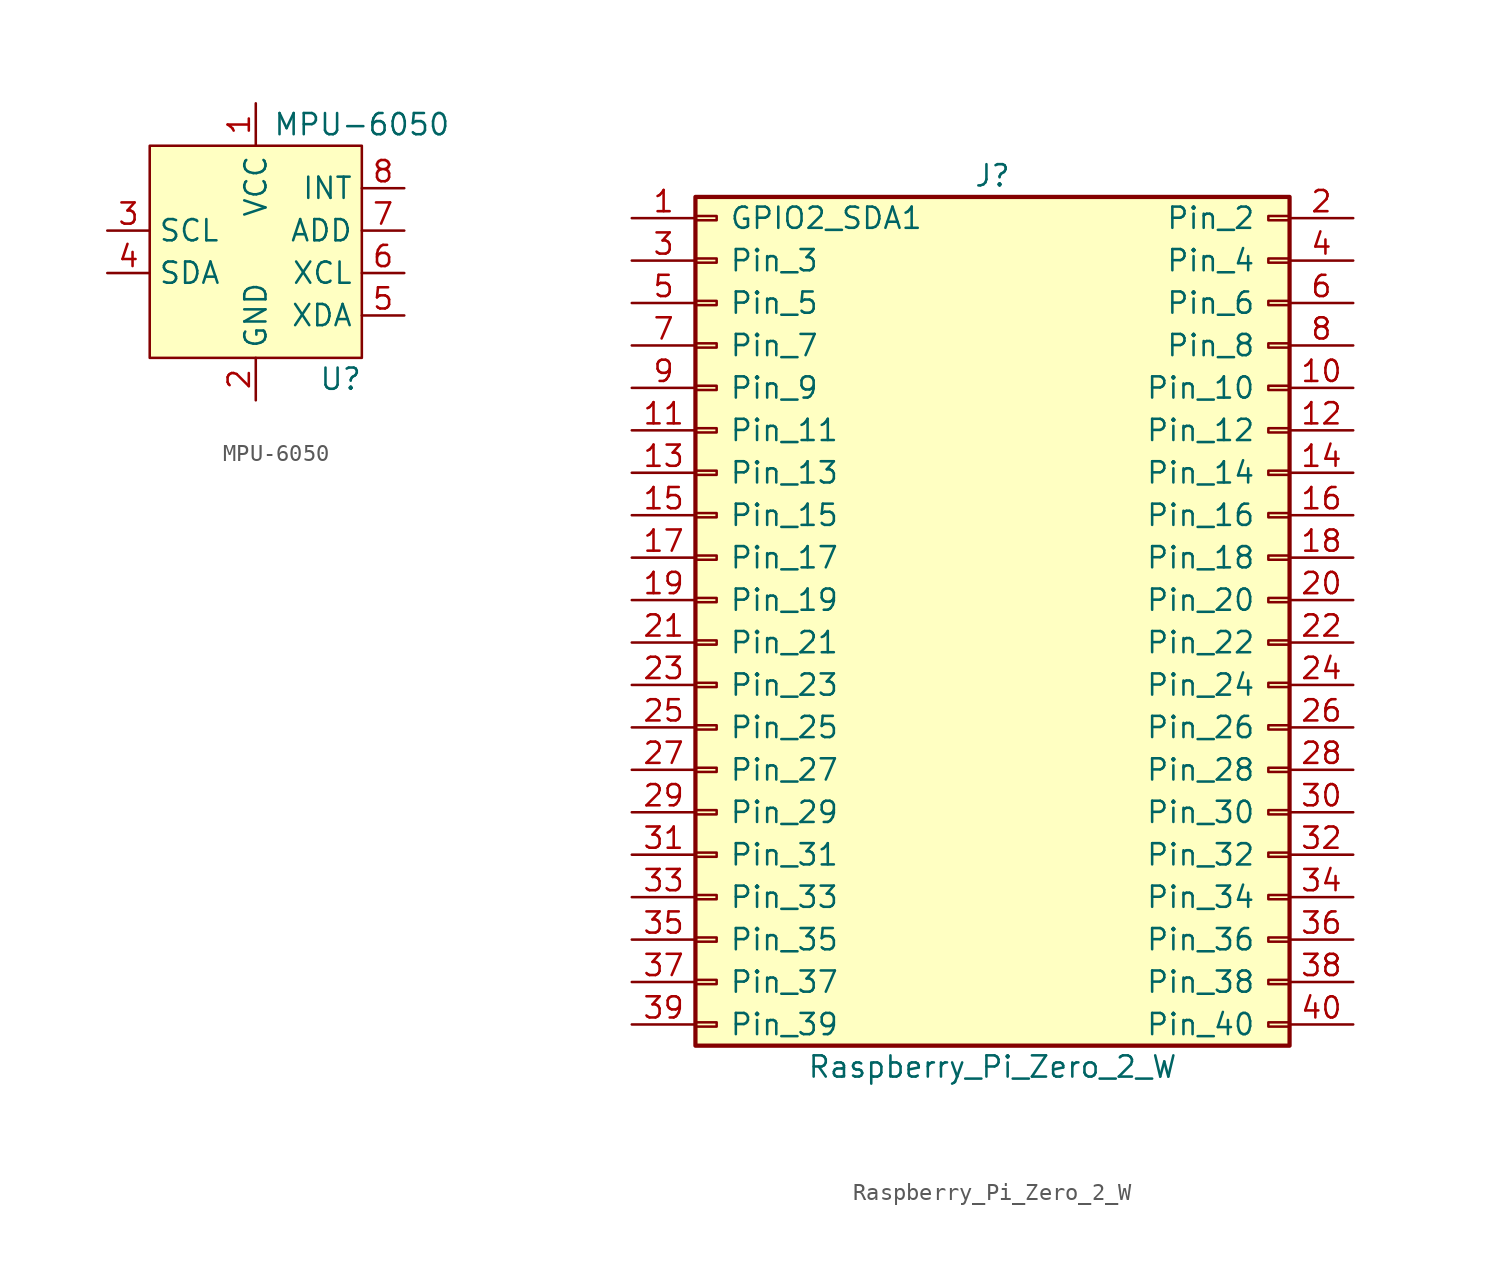
<source format=kicad_sym>
(kicad_symbol_lib
  (version 20211014)
  (generator kicad_symbol_editor)
  (symbol "MPU-6050"
    (property "Reference" "U"
      (at 5.08 -6.35 0)
      (effects (font (size 1.27 1.27))))
    (property "Value" "MPU-6050"
      (at 6.35 8.89 0)
      (effects (font (size 1.27 1.27))))
    (symbol "MPU-6050_0_1"
      (rectangle (start -6.35 7.62) (end 6.35 -5.08) (stroke (width 0) (type default) (color 0 0 0 0)) (fill (type background))))
    (symbol "MPU-6050_1_1"
      (pin power_in line (at 0 10.16 270) (length 2.54) (name "VCC" (effects (font (size 1.27 1.27)))) (number "1" (effects (font (size 1.27 1.27)))))
      (pin power_in line (at 0 -7.62 90) (length 2.54) (name "GND" (effects (font (size 1.27 1.27)))) (number "2" (effects (font (size 1.27 1.27)))))
      (pin bidirectional line (at -8.89 2.54 0) (length 2.54) (name "SCL" (effects (font (size 1.27 1.27)))) (number "3" (effects (font (size 1.27 1.27)))))
      (pin bidirectional line (at -8.89 0 0) (length 2.54) (name "SDA" (effects (font (size 1.27 1.27)))) (number "4" (effects (font (size 1.27 1.27)))))
      (pin bidirectional line (at 8.89 -2.54 180) (length 2.54) (name "XDA" (effects (font (size 1.27 1.27)))) (number "5" (effects (font (size 1.27 1.27)))))
      (pin bidirectional line (at 8.89 0 180) (length 2.54) (name "XCL" (effects (font (size 1.27 1.27)))) (number "6" (effects (font (size 1.27 1.27)))))
      (pin input line (at 8.89 2.54 180) (length 2.54) (name "ADD" (effects (font (size 1.27 1.27)))) (number "7" (effects (font (size 1.27 1.27)))))
      (pin input line (at 8.89 5.08 180) (length 2.54) (name "INT" (effects (font (size 1.27 1.27)))) (number "8" (effects (font (size 1.27 1.27)))))))
  (symbol "Raspberry_Pi_Zero_2_W"
    (pin_names
      (offset 2.016))
    (property "Reference" "J"
      (at 0 25.4 0)
      (effects (font (size 1.27 1.27))))
    (property "Value" "Raspberry_Pi_Zero_2_W"
      (at 0 -27.94 0)
      (effects (font (size 1.27 1.27))))
    (symbol "Raspberry_Pi_Zero_2_W_1_1"
      (rectangle (start -17.78 -25.273) (end -16.51 -25.527) (stroke (width 0.152) (type default) (color 0 0 0 0)) (fill (type none)))
      (rectangle (start -17.78 -22.733) (end -16.51 -22.987) (stroke (width 0.152) (type default) (color 0 0 0 0)) (fill (type none)))
      (rectangle (start -17.78 -20.193) (end -16.51 -20.447) (stroke (width 0.152) (type default) (color 0 0 0 0)) (fill (type none)))
      (rectangle (start -17.78 -17.653) (end -16.51 -17.907) (stroke (width 0.152) (type default) (color 0 0 0 0)) (fill (type none)))
      (rectangle (start -17.78 -15.113) (end -16.51 -15.367) (stroke (width 0.152) (type default) (color 0 0 0 0)) (fill (type none)))
      (rectangle (start -17.78 -12.573) (end -16.51 -12.827) (stroke (width 0.152) (type default) (color 0 0 0 0)) (fill (type none)))
      (rectangle (start -17.78 -10.033) (end -16.51 -10.287) (stroke (width 0.152) (type default) (color 0 0 0 0)) (fill (type none)))
      (rectangle (start -17.78 -7.493) (end -16.51 -7.747) (stroke (width 0.152) (type default) (color 0 0 0 0)) (fill (type none)))
      (rectangle (start -17.78 -4.953) (end -16.51 -5.207) (stroke (width 0.152) (type default) (color 0 0 0 0)) (fill (type none)))
      (rectangle (start -17.78 -2.413) (end -16.51 -2.667) (stroke (width 0.152) (type default) (color 0 0 0 0)) (fill (type none)))
      (rectangle (start -17.78 0.127) (end -16.51 -0.127) (stroke (width 0.152) (type default) (color 0 0 0 0)) (fill (type none)))
      (rectangle (start -17.78 2.667) (end -16.51 2.413) (stroke (width 0.152) (type default) (color 0 0 0 0)) (fill (type none)))
      (rectangle (start -17.78 5.207) (end -16.51 4.953) (stroke (width 0.152) (type default) (color 0 0 0 0)) (fill (type none)))
      (rectangle (start -17.78 7.747) (end -16.51 7.493) (stroke (width 0.152) (type default) (color 0 0 0 0)) (fill (type none)))
      (rectangle (start -17.78 10.287) (end -16.51 10.033) (stroke (width 0.152) (type default) (color 0 0 0 0)) (fill (type none)))
      (rectangle (start -17.78 12.827) (end -16.51 12.573) (stroke (width 0.152) (type default) (color 0 0 0 0)) (fill (type none)))
      (rectangle (start -17.78 15.367) (end -16.51 15.113) (stroke (width 0.152) (type default) (color 0 0 0 0)) (fill (type none)))
      (rectangle (start -17.78 17.907) (end -16.51 17.653) (stroke (width 0.152) (type default) (color 0 0 0 0)) (fill (type none)))
      (rectangle (start -17.78 20.447) (end -16.51 20.193) (stroke (width 0.152) (type default) (color 0 0 0 0)) (fill (type none)))
      (rectangle (start -17.78 22.987) (end -16.51 22.733) (stroke (width 0.152) (type default) (color 0 0 0 0)) (fill (type none)))
      (rectangle (start -17.78 24.13) (end 17.78 -26.67) (stroke (width 0.254) (type default) (color 0 0 0 0)) (fill (type background)))
      (rectangle (start 17.78 -25.273) (end 16.51 -25.527) (stroke (width 0.152) (type default) (color 0 0 0 0)) (fill (type none)))
      (rectangle (start 17.78 -22.733) (end 16.51 -22.987) (stroke (width 0.152) (type default) (color 0 0 0 0)) (fill (type none)))
      (rectangle (start 17.78 -20.193) (end 16.51 -20.447) (stroke (width 0.152) (type default) (color 0 0 0 0)) (fill (type none)))
      (rectangle (start 17.78 -17.653) (end 16.51 -17.907) (stroke (width 0.152) (type default) (color 0 0 0 0)) (fill (type none)))
      (rectangle (start 17.78 -15.113) (end 16.51 -15.367) (stroke (width 0.152) (type default) (color 0 0 0 0)) (fill (type none)))
      (rectangle (start 17.78 -12.573) (end 16.51 -12.827) (stroke (width 0.152) (type default) (color 0 0 0 0)) (fill (type none)))
      (rectangle (start 17.78 -10.033) (end 16.51 -10.287) (stroke (width 0.152) (type default) (color 0 0 0 0)) (fill (type none)))
      (rectangle (start 17.78 -7.493) (end 16.51 -7.747) (stroke (width 0.152) (type default) (color 0 0 0 0)) (fill (type none)))
      (rectangle (start 17.78 -4.953) (end 16.51 -5.207) (stroke (width 0.152) (type default) (color 0 0 0 0)) (fill (type none)))
      (rectangle (start 17.78 -2.413) (end 16.51 -2.667) (stroke (width 0.152) (type default) (color 0 0 0 0)) (fill (type none)))
      (rectangle (start 17.78 0.127) (end 16.51 -0.127) (stroke (width 0.152) (type default) (color 0 0 0 0)) (fill (type none)))
      (rectangle (start 17.78 2.667) (end 16.51 2.413) (stroke (width 0.152) (type default) (color 0 0 0 0)) (fill (type none)))
      (rectangle (start 17.78 5.207) (end 16.51 4.953) (stroke (width 0.152) (type default) (color 0 0 0 0)) (fill (type none)))
      (rectangle (start 17.78 7.747) (end 16.51 7.493) (stroke (width 0.152) (type default) (color 0 0 0 0)) (fill (type none)))
      (rectangle (start 17.78 10.287) (end 16.51 10.033) (stroke (width 0.152) (type default) (color 0 0 0 0)) (fill (type none)))
      (rectangle (start 17.78 12.827) (end 16.51 12.573) (stroke (width 0.152) (type default) (color 0 0 0 0)) (fill (type none)))
      (rectangle (start 17.78 15.367) (end 16.51 15.113) (stroke (width 0.152) (type default) (color 0 0 0 0)) (fill (type none)))
      (rectangle (start 17.78 17.907) (end 16.51 17.653) (stroke (width 0.152) (type default) (color 0 0 0 0)) (fill (type none)))
      (rectangle (start 17.78 20.447) (end 16.51 20.193) (stroke (width 0.152) (type default) (color 0 0 0 0)) (fill (type none)))
      (rectangle (start 17.78 22.987) (end 16.51 22.733) (stroke (width 0.152) (type default) (color 0 0 0 0)) (fill (type none)))
      (pin passive line (at -21.59 22.86 0) (length 3.81) (name "GPIO2_SDA1" (effects (font (size 1.27 1.27)))) (number "1" (effects (font (size 1.27 1.27)))))
      (pin passive line (at 21.59 12.7 180) (length 3.81) (name "Pin_10" (effects (font (size 1.27 1.27)))) (number "10" (effects (font (size 1.27 1.27)))))
      (pin passive line (at -21.59 10.16 0) (length 3.81) (name "Pin_11" (effects (font (size 1.27 1.27)))) (number "11" (effects (font (size 1.27 1.27)))))
      (pin passive line (at 21.59 10.16 180) (length 3.81) (name "Pin_12" (effects (font (size 1.27 1.27)))) (number "12" (effects (font (size 1.27 1.27)))))
      (pin passive line (at -21.59 7.62 0) (length 3.81) (name "Pin_13" (effects (font (size 1.27 1.27)))) (number "13" (effects (font (size 1.27 1.27)))))
      (pin passive line (at 21.59 7.62 180) (length 3.81) (name "Pin_14" (effects (font (size 1.27 1.27)))) (number "14" (effects (font (size 1.27 1.27)))))
      (pin passive line (at -21.59 5.08 0) (length 3.81) (name "Pin_15" (effects (font (size 1.27 1.27)))) (number "15" (effects (font (size 1.27 1.27)))))
      (pin passive line (at 21.59 5.08 180) (length 3.81) (name "Pin_16" (effects (font (size 1.27 1.27)))) (number "16" (effects (font (size 1.27 1.27)))))
      (pin passive line (at -21.59 2.54 0) (length 3.81) (name "Pin_17" (effects (font (size 1.27 1.27)))) (number "17" (effects (font (size 1.27 1.27)))))
      (pin passive line (at 21.59 2.54 180) (length 3.81) (name "Pin_18" (effects (font (size 1.27 1.27)))) (number "18" (effects (font (size 1.27 1.27)))))
      (pin passive line (at -21.59 0 0) (length 3.81) (name "Pin_19" (effects (font (size 1.27 1.27)))) (number "19" (effects (font (size 1.27 1.27)))))
      (pin passive line (at 21.59 22.86 180) (length 3.81) (name "Pin_2" (effects (font (size 1.27 1.27)))) (number "2" (effects (font (size 1.27 1.27)))))
      (pin passive line (at 21.59 0 180) (length 3.81) (name "Pin_20" (effects (font (size 1.27 1.27)))) (number "20" (effects (font (size 1.27 1.27)))))
      (pin passive line (at -21.59 -2.54 0) (length 3.81) (name "Pin_21" (effects (font (size 1.27 1.27)))) (number "21" (effects (font (size 1.27 1.27)))))
      (pin passive line (at 21.59 -2.54 180) (length 3.81) (name "Pin_22" (effects (font (size 1.27 1.27)))) (number "22" (effects (font (size 1.27 1.27)))))
      (pin passive line (at -21.59 -5.08 0) (length 3.81) (name "Pin_23" (effects (font (size 1.27 1.27)))) (number "23" (effects (font (size 1.27 1.27)))))
      (pin passive line (at 21.59 -5.08 180) (length 3.81) (name "Pin_24" (effects (font (size 1.27 1.27)))) (number "24" (effects (font (size 1.27 1.27)))))
      (pin passive line (at -21.59 -7.62 0) (length 3.81) (name "Pin_25" (effects (font (size 1.27 1.27)))) (number "25" (effects (font (size 1.27 1.27)))))
      (pin passive line (at 21.59 -7.62 180) (length 3.81) (name "Pin_26" (effects (font (size 1.27 1.27)))) (number "26" (effects (font (size 1.27 1.27)))))
      (pin passive line (at -21.59 -10.16 0) (length 3.81) (name "Pin_27" (effects (font (size 1.27 1.27)))) (number "27" (effects (font (size 1.27 1.27)))))
      (pin passive line (at 21.59 -10.16 180) (length 3.81) (name "Pin_28" (effects (font (size 1.27 1.27)))) (number "28" (effects (font (size 1.27 1.27)))))
      (pin passive line (at -21.59 -12.7 0) (length 3.81) (name "Pin_29" (effects (font (size 1.27 1.27)))) (number "29" (effects (font (size 1.27 1.27)))))
      (pin passive line (at -21.59 20.32 0) (length 3.81) (name "Pin_3" (effects (font (size 1.27 1.27)))) (number "3" (effects (font (size 1.27 1.27)))))
      (pin passive line (at 21.59 -12.7 180) (length 3.81) (name "Pin_30" (effects (font (size 1.27 1.27)))) (number "30" (effects (font (size 1.27 1.27)))))
      (pin passive line (at -21.59 -15.24 0) (length 3.81) (name "Pin_31" (effects (font (size 1.27 1.27)))) (number "31" (effects (font (size 1.27 1.27)))))
      (pin passive line (at 21.59 -15.24 180) (length 3.81) (name "Pin_32" (effects (font (size 1.27 1.27)))) (number "32" (effects (font (size 1.27 1.27)))))
      (pin passive line (at -21.59 -17.78 0) (length 3.81) (name "Pin_33" (effects (font (size 1.27 1.27)))) (number "33" (effects (font (size 1.27 1.27)))))
      (pin passive line (at 21.59 -17.78 180) (length 3.81) (name "Pin_34" (effects (font (size 1.27 1.27)))) (number "34" (effects (font (size 1.27 1.27)))))
      (pin passive line (at -21.59 -20.32 0) (length 3.81) (name "Pin_35" (effects (font (size 1.27 1.27)))) (number "35" (effects (font (size 1.27 1.27)))))
      (pin passive line (at 21.59 -20.32 180) (length 3.81) (name "Pin_36" (effects (font (size 1.27 1.27)))) (number "36" (effects (font (size 1.27 1.27)))))
      (pin passive line (at -21.59 -22.86 0) (length 3.81) (name "Pin_37" (effects (font (size 1.27 1.27)))) (number "37" (effects (font (size 1.27 1.27)))))
      (pin passive line (at 21.59 -22.86 180) (length 3.81) (name "Pin_38" (effects (font (size 1.27 1.27)))) (number "38" (effects (font (size 1.27 1.27)))))
      (pin passive line (at -21.59 -25.4 0) (length 3.81) (name "Pin_39" (effects (font (size 1.27 1.27)))) (number "39" (effects (font (size 1.27 1.27)))))
      (pin passive line (at 21.59 20.32 180) (length 3.81) (name "Pin_4" (effects (font (size 1.27 1.27)))) (number "4" (effects (font (size 1.27 1.27)))))
      (pin passive line (at 21.59 -25.4 180) (length 3.81) (name "Pin_40" (effects (font (size 1.27 1.27)))) (number "40" (effects (font (size 1.27 1.27)))))
      (pin passive line (at -21.59 17.78 0) (length 3.81) (name "Pin_5" (effects (font (size 1.27 1.27)))) (number "5" (effects (font (size 1.27 1.27)))))
      (pin passive line (at 21.59 17.78 180) (length 3.81) (name "Pin_6" (effects (font (size 1.27 1.27)))) (number "6" (effects (font (size 1.27 1.27)))))
      (pin passive line (at -21.59 15.24 0) (length 3.81) (name "Pin_7" (effects (font (size 1.27 1.27)))) (number "7" (effects (font (size 1.27 1.27)))))
      (pin passive line (at 21.59 15.24 180) (length 3.81) (name "Pin_8" (effects (font (size 1.27 1.27)))) (number "8" (effects (font (size 1.27 1.27)))))
      (pin passive line (at -21.59 12.7 0) (length 3.81) (name "Pin_9" (effects (font (size 1.27 1.27)))) (number "9" (effects (font (size 1.27 1.27))))))))
</source>
